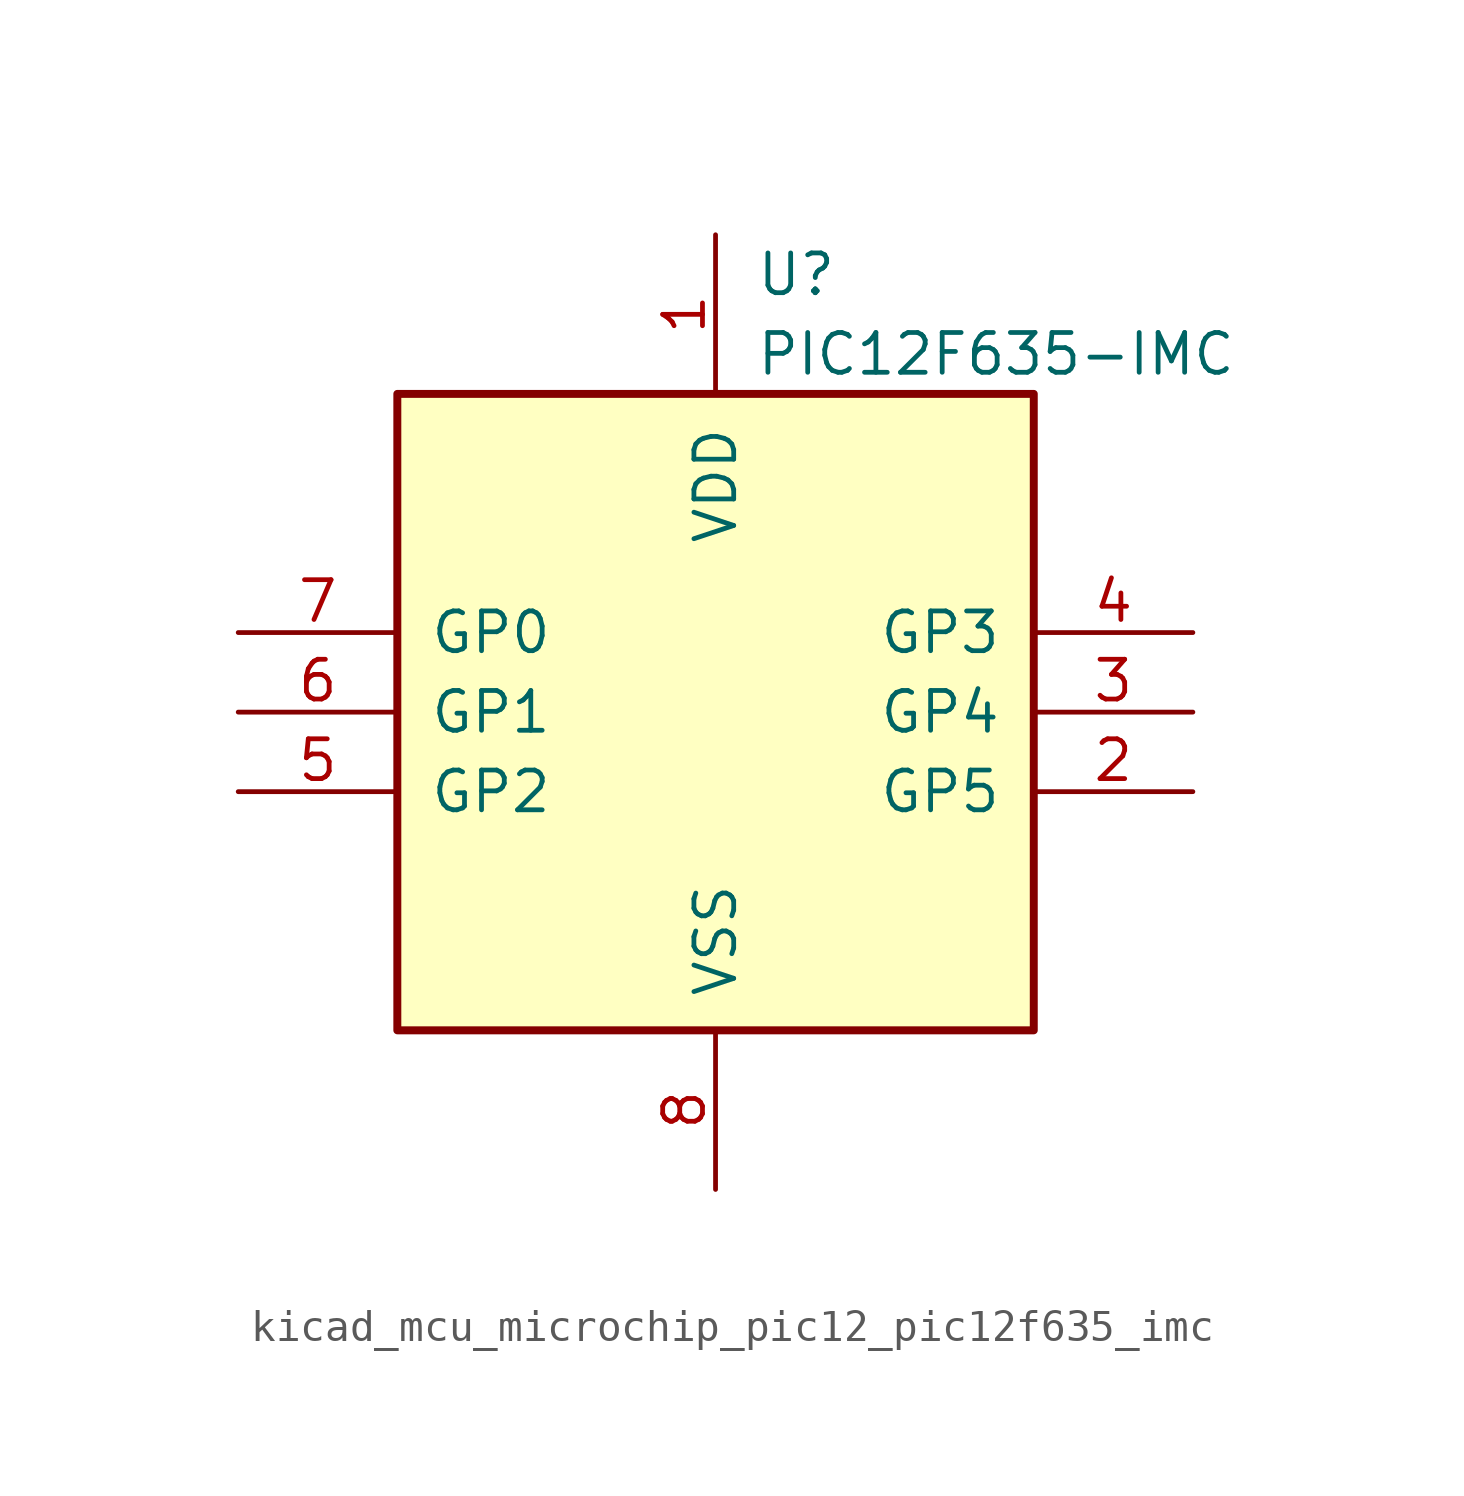
<source format=kicad_sym>
(kicad_symbol_lib
  (version 20220914)
  (generator kicad_symbol_editor)
  (symbol "kicad_mcu_microchip_pic12_pic12f635_imc"
    (pin_names
      (offset 1.016))
    (property "Reference" "U"
      (at 1.27 13.97 0)
      (effects (font (size 1.27 1.27)) (justify left)))
    (property "Value" "PIC12F635-IMC"
      (at 1.27 11.43 0)
      (effects (font (size 1.27 1.27)) (justify left)))
    (symbol "kicad_mcu_microchip_pic12_pic12f635_imc_0_1"
      (rectangle (start 10.16 -10.16) (end -10.16 10.16) (stroke (width 0.254) (type default)) (fill (type background))))
    (symbol "kicad_mcu_microchip_pic12_pic12f635_imc_1_1"
      (pin power_in line (at 0 15.24 270) (length 5.08) (name "VDD" (effects (font (size 1.27 1.27)))) (number "1" (effects (font (size 1.27 1.27)))))
      (pin bidirectional line (at 15.24 -2.54 180) (length 5.08) (name "GP5" (effects (font (size 1.27 1.27)))) (number "2" (effects (font (size 1.27 1.27)))))
      (pin bidirectional line (at 15.24 0 180) (length 5.08) (name "GP4" (effects (font (size 1.27 1.27)))) (number "3" (effects (font (size 1.27 1.27)))))
      (pin input line (at 15.24 2.54 180) (length 5.08) (name "GP3" (effects (font (size 1.27 1.27)))) (number "4" (effects (font (size 1.27 1.27)))))
      (pin bidirectional line (at -15.24 -2.54 0) (length 5.08) (name "GP2" (effects (font (size 1.27 1.27)))) (number "5" (effects (font (size 1.27 1.27)))))
      (pin bidirectional line (at -15.24 0 0) (length 5.08) (name "GP1" (effects (font (size 1.27 1.27)))) (number "6" (effects (font (size 1.27 1.27)))))
      (pin bidirectional line (at -15.24 2.54 0) (length 5.08) (name "GP0" (effects (font (size 1.27 1.27)))) (number "7" (effects (font (size 1.27 1.27)))))
      (pin power_in line (at 0 -15.24 90) (length 5.08) (name "VSS" (effects (font (size 1.27 1.27)))) (number "8" (effects (font (size 1.27 1.27))))))))
</source>
